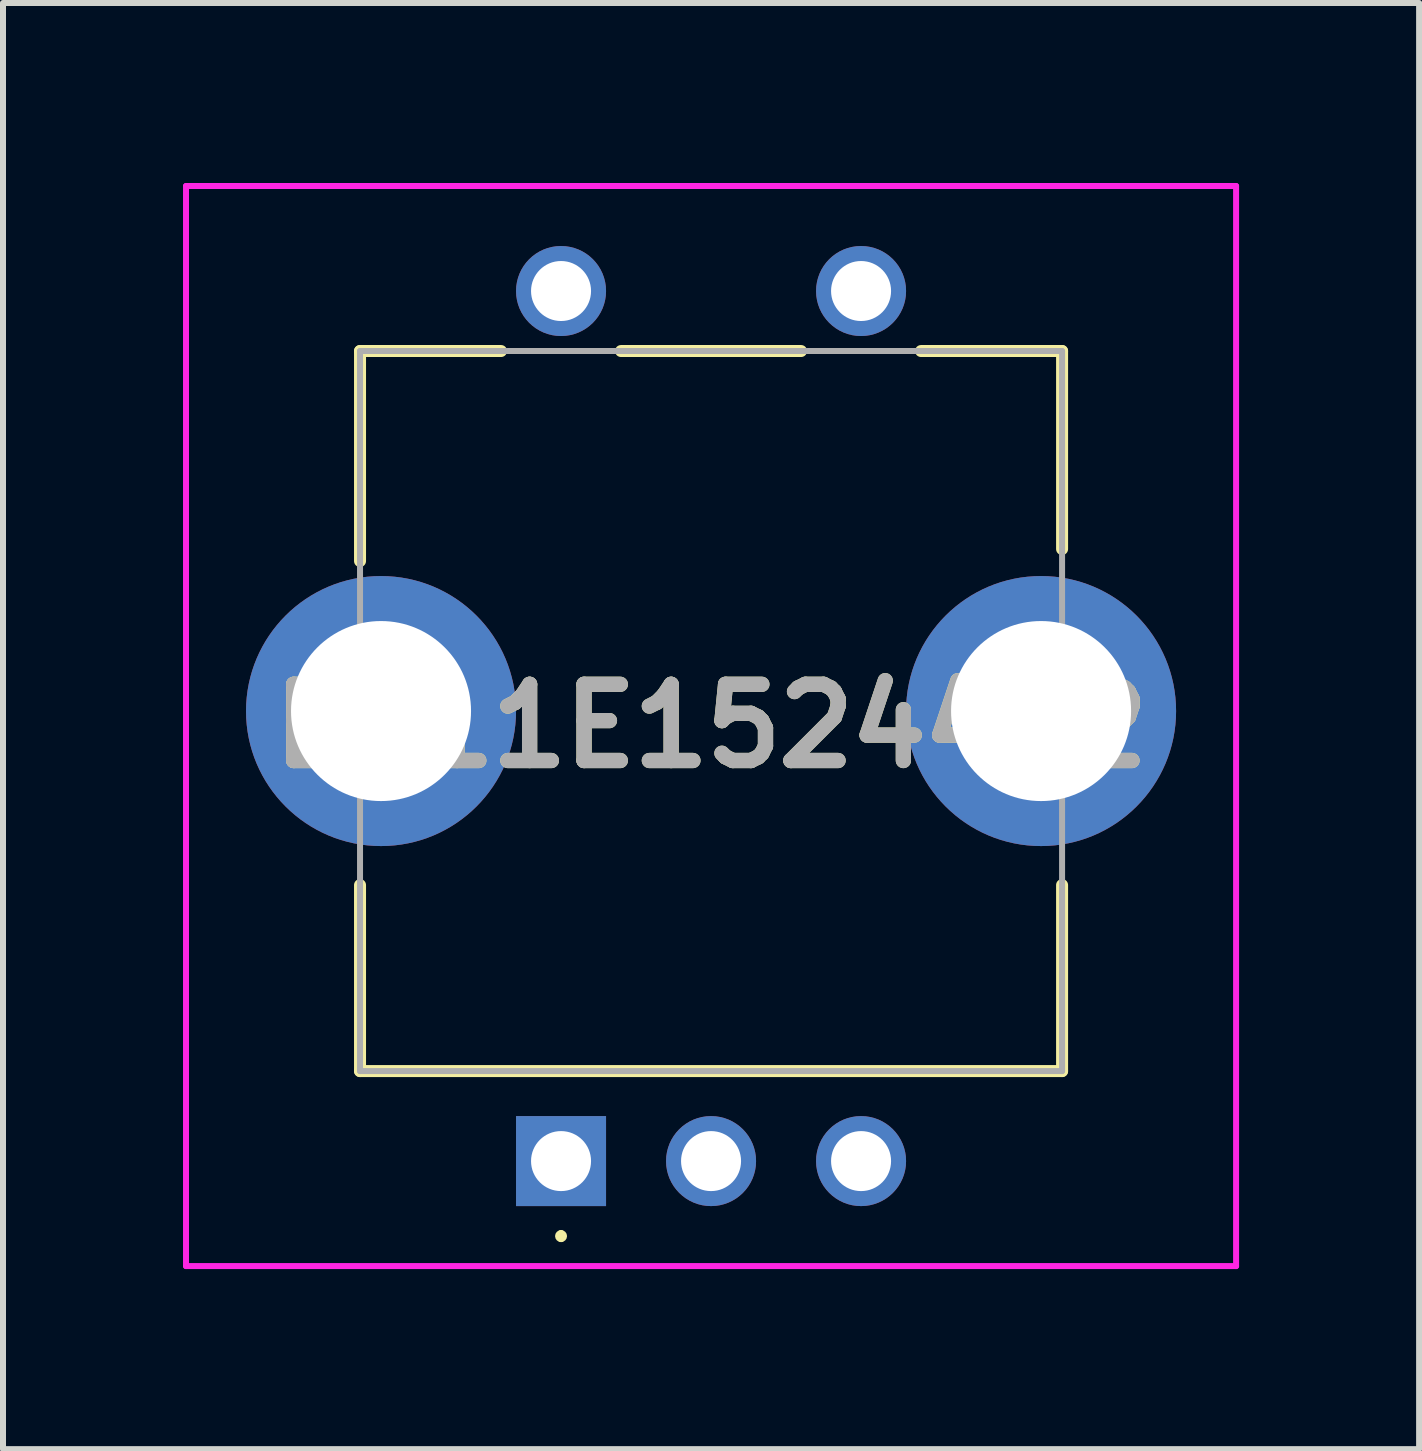
<source format=kicad_pcb>
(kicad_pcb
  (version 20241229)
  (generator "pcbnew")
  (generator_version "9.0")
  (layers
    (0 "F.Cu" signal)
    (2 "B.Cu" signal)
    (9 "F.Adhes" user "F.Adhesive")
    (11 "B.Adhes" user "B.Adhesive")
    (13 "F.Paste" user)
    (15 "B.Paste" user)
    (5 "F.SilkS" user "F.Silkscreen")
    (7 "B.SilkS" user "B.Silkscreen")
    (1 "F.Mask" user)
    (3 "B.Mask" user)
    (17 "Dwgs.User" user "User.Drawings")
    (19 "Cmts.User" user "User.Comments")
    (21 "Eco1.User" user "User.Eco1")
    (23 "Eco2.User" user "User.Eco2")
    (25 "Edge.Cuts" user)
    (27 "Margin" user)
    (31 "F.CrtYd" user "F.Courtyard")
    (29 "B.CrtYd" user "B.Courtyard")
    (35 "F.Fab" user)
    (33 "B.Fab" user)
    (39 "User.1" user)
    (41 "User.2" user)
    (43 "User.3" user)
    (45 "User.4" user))
  (footprint "EC11E15244B2"
    (layer "F.Cu")
    (at 6.3 16.3)
    (property "Reference" "EC11E15244B2" (at 2.5 -7.25 0) (layer "F.SilkS") (effects (font (size 1.27 1.27) (thickness 0.254))))
    (attr through_hole)
    (fp_line (start -3.35 -13.5) (end -1 -13.5) (stroke (width 0.2) (type solid)) (layer "F.SilkS"))
    (fp_line (start -3.35 -10) (end -3.35 -13.5) (stroke (width 0.2) (type solid)) (layer "F.SilkS"))
    (fp_line (start -3.35 -1.5) (end -3.35 -4.6) (stroke (width 0.2) (type solid)) (layer "F.SilkS"))
    (fp_line (start 0 1.2) (end 0 1.2) (stroke (width 0.1) (type solid)) (layer "F.SilkS"))
    (fp_line (start 0 1.3) (end 0 1.3) (stroke (width 0.1) (type solid)) (layer "F.SilkS"))
    (fp_line (start 1 -13.5) (end 4 -13.5) (stroke (width 0.2) (type solid)) (layer "F.SilkS"))
    (fp_line (start 6 -13.5) (end 8.35 -13.5) (stroke (width 0.2) (type solid)) (layer "F.SilkS"))
    (fp_line (start 8.35 -13.5) (end 8.35 -10.2) (stroke (width 0.2) (type solid)) (layer "F.SilkS"))
    (fp_line (start 8.35 -4.6) (end 8.35 -1.5) (stroke (width 0.2) (type solid)) (layer "F.SilkS"))
    (fp_line (start 8.35 -1.5) (end -3.35 -1.5) (stroke (width 0.2) (type solid)) (layer "F.SilkS"))
    (fp_arc (start 0 1.2) (mid 0.05 1.25) (end 0 1.3) (stroke (width 0.1) (type solid)) (layer "F.SilkS"))
    (fp_arc (start 0 1.3) (mid -0.05 1.25) (end 0 1.2) (stroke (width 0.1) (type solid)) (layer "F.SilkS"))
    (fp_line (start -6.25 -16.25) (end 11.25 -16.25) (stroke (width 0.1) (type solid)) (layer "F.CrtYd"))
    (fp_line (start -6.25 1.75) (end -6.25 -16.25) (stroke (width 0.1) (type solid)) (layer "F.CrtYd"))
    (fp_line (start 11.25 -16.25) (end 11.25 1.75) (stroke (width 0.1) (type solid)) (layer "F.CrtYd"))
    (fp_line (start 11.25 1.75) (end -6.25 1.75) (stroke (width 0.1) (type solid)) (layer "F.CrtYd"))
    (fp_line (start -3.35 -13.5) (end 8.35 -13.5) (stroke (width 0.1) (type solid)) (layer "F.Fab"))
    (fp_line (start -3.35 -1.5) (end -3.35 -13.5) (stroke (width 0.1) (type solid)) (layer "F.Fab"))
    (fp_line (start 8.35 -13.5) (end 8.35 -1.5) (stroke (width 0.1) (type solid)) (layer "F.Fab"))
    (fp_line (start 8.35 -1.5) (end -3.35 -1.5) (stroke (width 0.1) (type solid)) (layer "F.Fab"))
    (fp_text user "${REFERENCE}" (at 2.5 -7.25 0) (layer "F.Fab") (effects (font (size 1.27 1.27) (thickness 0.254))))
    (pad "1" thru_hole circle (at -3 -7.5) (size 4.5 4.5) (drill 3) (layers "*.Cu" "*.Mask"))
    (pad "2" thru_hole circle (at 8 -7.5) (size 4.5 4.5) (drill 3) (layers "*.Cu" "*.Mask"))
    (pad "A1" thru_hole rect (at 0 0) (size 1.5 1.5) (drill 1) (layers "*.Cu" "*.Mask"))
    (pad "B1" thru_hole circle (at 5 0) (size 1.5 1.5) (drill 1) (layers "*.Cu" "*.Mask"))
    (pad "C1" thru_hole circle (at 2.5 0) (size 1.5 1.5) (drill 1) (layers "*.Cu" "*.Mask"))
    (pad "D1" thru_hole circle (at 0 -14.5) (size 1.5 1.5) (drill 1) (layers "*.Cu" "*.Mask"))
    (pad "E1" thru_hole circle (at 5 -14.5) (size 1.5 1.5) (drill 1) (layers "*.Cu" "*.Mask")))
  (gr_rect
    (start -3 -3)
    (end 20.6 21.1)
    (stroke (width 0.1) (type default))
    (fill no)
    (layer "Edge.Cuts")))
</source>
